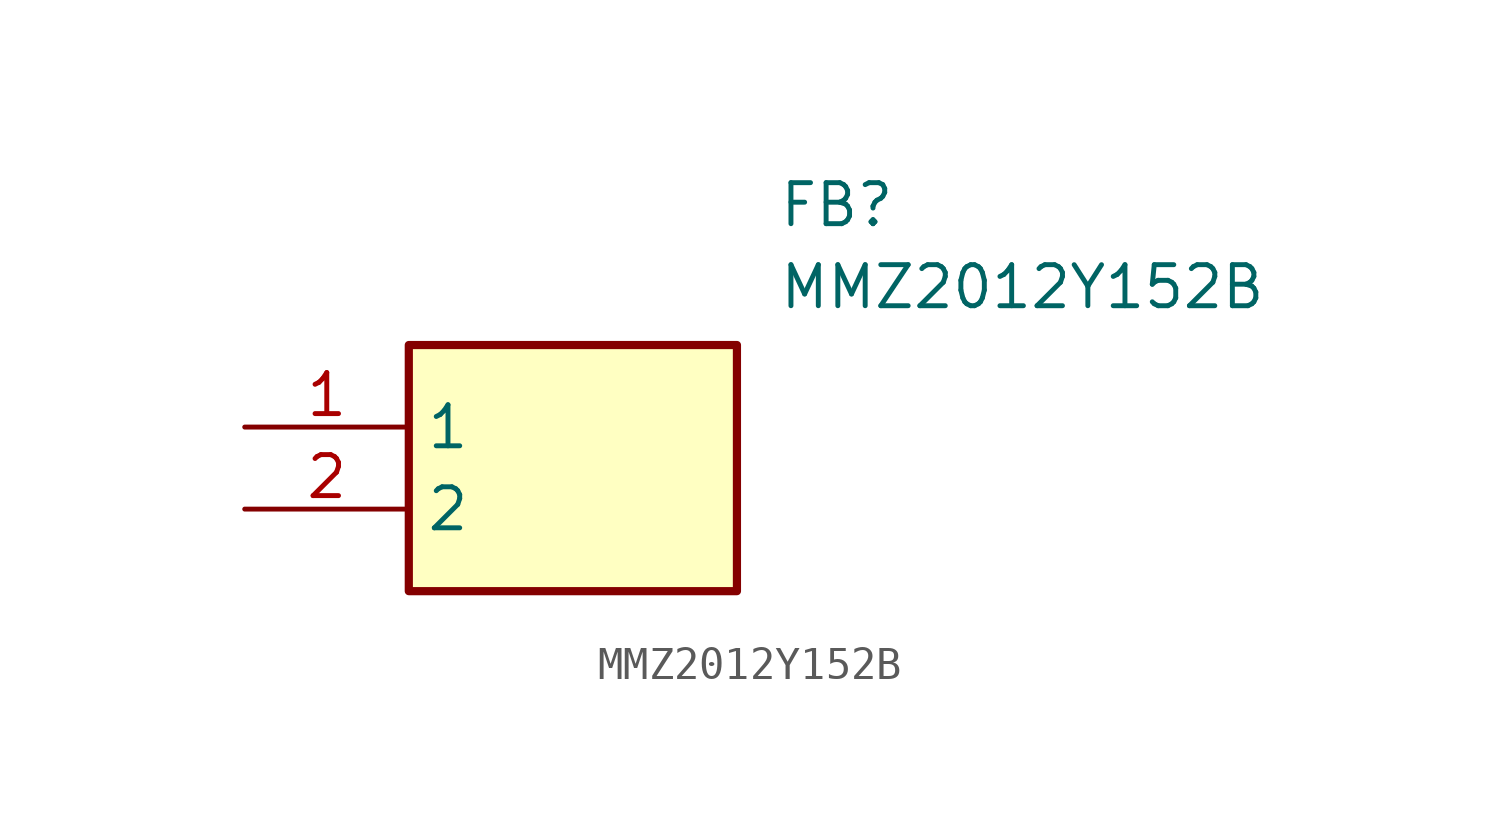
<source format=kicad_sym>
(kicad_symbol_lib
  (version 20211014)
  (generator SamacSys_ECAD_Model)
  (symbol "MMZ2012Y152B"
    (property "Reference" "FB"
      (at 16.51 7.62 0)
      (effects (font (size 1.27 1.27)) (justify left top)))
    (property "Value" "MMZ2012Y152B"
      (at 16.51 5.08 0)
      (effects (font (size 1.27 1.27)) (justify left top)))
    (rectangle
      (start 5.08 2.54)
      (end 15.24 -5.08)
      (stroke (width 0.254) (type default))
      (fill (type background)))
    (pin passive line
      (at 0 0 0)
      (length 5.08)
      (name "1" (effects (font (size 1.27 1.27))))
      (number "1" (effects (font (size 1.27 1.27)))))
    (pin passive line
      (at 0 -2.54 0)
      (length 5.08)
      (name "2" (effects (font (size 1.27 1.27))))
      (number "2" (effects (font (size 1.27 1.27)))))))
</source>
